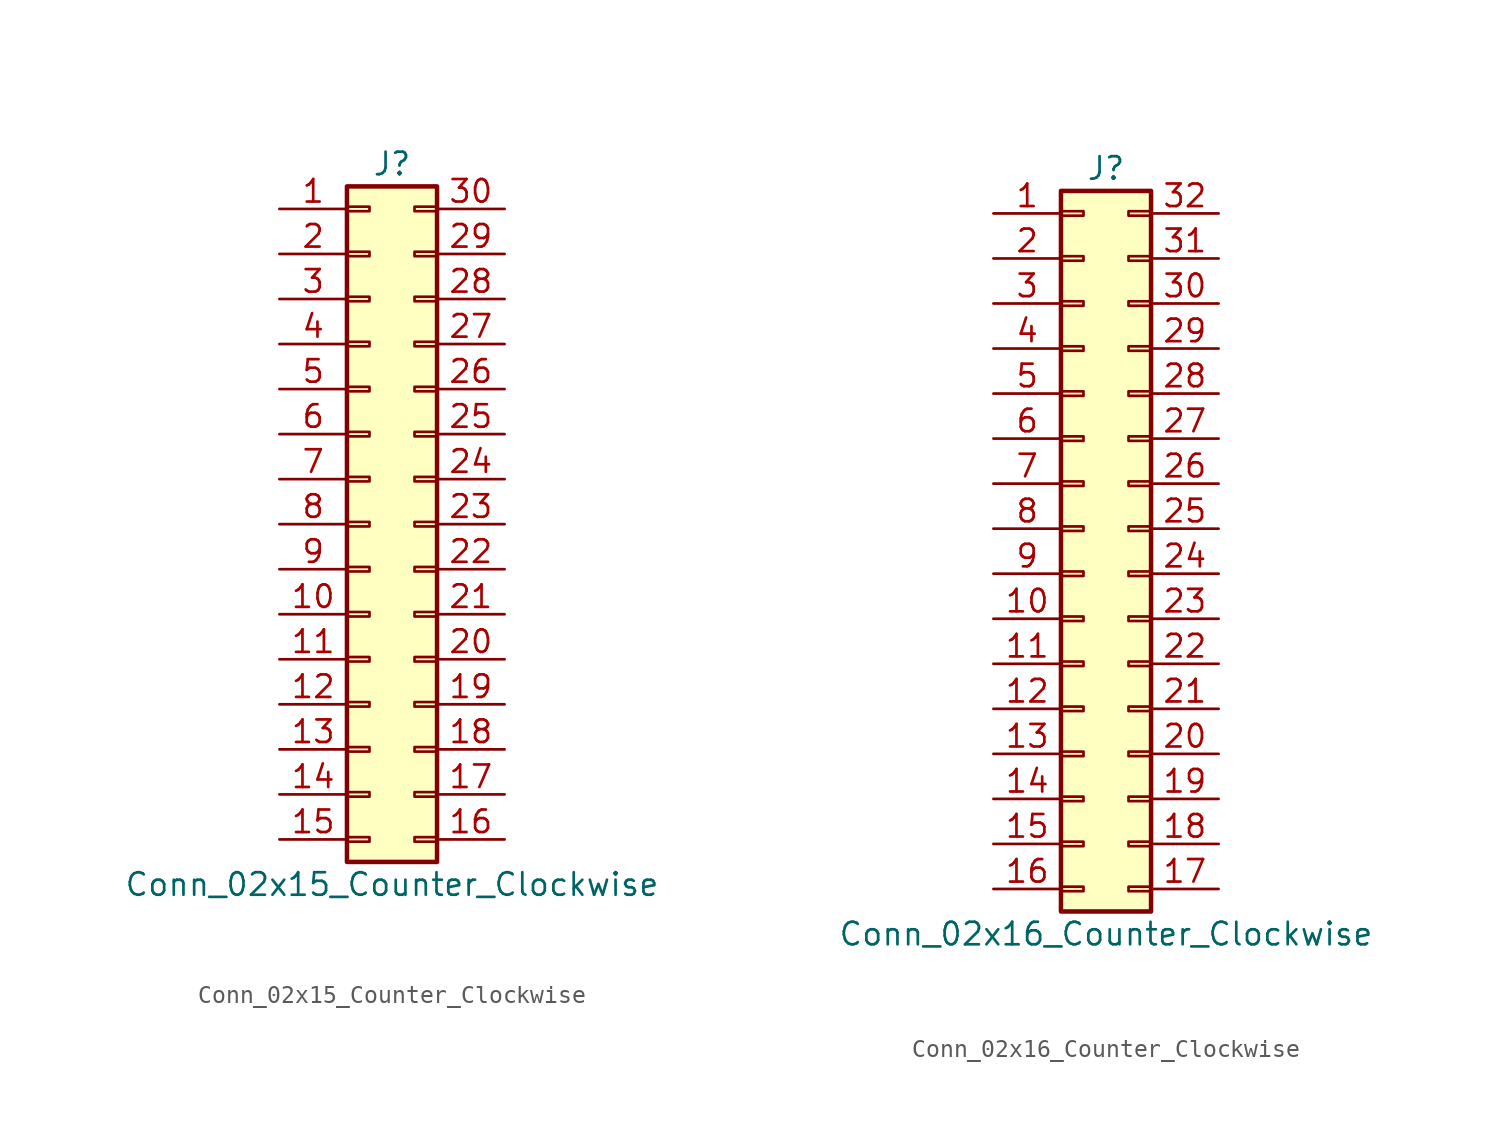
<source format=kicad_sym>
(kicad_symbol_lib
  (version 20211014)
  (generator kicad_symbol_editor)
  (symbol "Conn_02x15_Counter_Clockwise"
    (pin_names
      (offset 1.016) hide)
    (property "Reference" "J"
      (at 1.27 20.32 0)
      (effects (font (size 1.27 1.27))))
    (property "Value" "Conn_02x15_Counter_Clockwise"
      (at 1.27 -20.32 0)
      (effects (font (size 1.27 1.27))))
    (symbol "Conn_02x15_Counter_Clockwise_1_1"
      (rectangle (start -1.27 -17.653) (end 0 -17.907) (stroke (width 0.152) (type default) (color 0 0 0 0)) (fill (type none)))
      (rectangle (start -1.27 -15.113) (end 0 -15.367) (stroke (width 0.152) (type default) (color 0 0 0 0)) (fill (type none)))
      (rectangle (start -1.27 -12.573) (end 0 -12.827) (stroke (width 0.152) (type default) (color 0 0 0 0)) (fill (type none)))
      (rectangle (start -1.27 -10.033) (end 0 -10.287) (stroke (width 0.152) (type default) (color 0 0 0 0)) (fill (type none)))
      (rectangle (start -1.27 -7.493) (end 0 -7.747) (stroke (width 0.152) (type default) (color 0 0 0 0)) (fill (type none)))
      (rectangle (start -1.27 -4.953) (end 0 -5.207) (stroke (width 0.152) (type default) (color 0 0 0 0)) (fill (type none)))
      (rectangle (start -1.27 -2.413) (end 0 -2.667) (stroke (width 0.152) (type default) (color 0 0 0 0)) (fill (type none)))
      (rectangle (start -1.27 0.127) (end 0 -0.127) (stroke (width 0.152) (type default) (color 0 0 0 0)) (fill (type none)))
      (rectangle (start -1.27 2.667) (end 0 2.413) (stroke (width 0.152) (type default) (color 0 0 0 0)) (fill (type none)))
      (rectangle (start -1.27 5.207) (end 0 4.953) (stroke (width 0.152) (type default) (color 0 0 0 0)) (fill (type none)))
      (rectangle (start -1.27 7.747) (end 0 7.493) (stroke (width 0.152) (type default) (color 0 0 0 0)) (fill (type none)))
      (rectangle (start -1.27 10.287) (end 0 10.033) (stroke (width 0.152) (type default) (color 0 0 0 0)) (fill (type none)))
      (rectangle (start -1.27 12.827) (end 0 12.573) (stroke (width 0.152) (type default) (color 0 0 0 0)) (fill (type none)))
      (rectangle (start -1.27 15.367) (end 0 15.113) (stroke (width 0.152) (type default) (color 0 0 0 0)) (fill (type none)))
      (rectangle (start -1.27 17.907) (end 0 17.653) (stroke (width 0.152) (type default) (color 0 0 0 0)) (fill (type none)))
      (rectangle (start -1.27 19.05) (end 3.81 -19.05) (stroke (width 0.254) (type default) (color 0 0 0 0)) (fill (type background)))
      (rectangle (start 3.81 -17.653) (end 2.54 -17.907) (stroke (width 0.152) (type default) (color 0 0 0 0)) (fill (type none)))
      (rectangle (start 3.81 -15.113) (end 2.54 -15.367) (stroke (width 0.152) (type default) (color 0 0 0 0)) (fill (type none)))
      (rectangle (start 3.81 -12.573) (end 2.54 -12.827) (stroke (width 0.152) (type default) (color 0 0 0 0)) (fill (type none)))
      (rectangle (start 3.81 -10.033) (end 2.54 -10.287) (stroke (width 0.152) (type default) (color 0 0 0 0)) (fill (type none)))
      (rectangle (start 3.81 -7.493) (end 2.54 -7.747) (stroke (width 0.152) (type default) (color 0 0 0 0)) (fill (type none)))
      (rectangle (start 3.81 -4.953) (end 2.54 -5.207) (stroke (width 0.152) (type default) (color 0 0 0 0)) (fill (type none)))
      (rectangle (start 3.81 -2.413) (end 2.54 -2.667) (stroke (width 0.152) (type default) (color 0 0 0 0)) (fill (type none)))
      (rectangle (start 3.81 0.127) (end 2.54 -0.127) (stroke (width 0.152) (type default) (color 0 0 0 0)) (fill (type none)))
      (rectangle (start 3.81 2.667) (end 2.54 2.413) (stroke (width 0.152) (type default) (color 0 0 0 0)) (fill (type none)))
      (rectangle (start 3.81 5.207) (end 2.54 4.953) (stroke (width 0.152) (type default) (color 0 0 0 0)) (fill (type none)))
      (rectangle (start 3.81 7.747) (end 2.54 7.493) (stroke (width 0.152) (type default) (color 0 0 0 0)) (fill (type none)))
      (rectangle (start 3.81 10.287) (end 2.54 10.033) (stroke (width 0.152) (type default) (color 0 0 0 0)) (fill (type none)))
      (rectangle (start 3.81 12.827) (end 2.54 12.573) (stroke (width 0.152) (type default) (color 0 0 0 0)) (fill (type none)))
      (rectangle (start 3.81 15.367) (end 2.54 15.113) (stroke (width 0.152) (type default) (color 0 0 0 0)) (fill (type none)))
      (rectangle (start 3.81 17.907) (end 2.54 17.653) (stroke (width 0.152) (type default) (color 0 0 0 0)) (fill (type none)))
      (pin passive line (at -5.08 17.78 0) (length 3.81) (name "Pin_1" (effects (font (size 1.27 1.27)))) (number "1" (effects (font (size 1.27 1.27)))))
      (pin passive line (at -5.08 -5.08 0) (length 3.81) (name "Pin_10" (effects (font (size 1.27 1.27)))) (number "10" (effects (font (size 1.27 1.27)))))
      (pin passive line (at -5.08 -7.62 0) (length 3.81) (name "Pin_11" (effects (font (size 1.27 1.27)))) (number "11" (effects (font (size 1.27 1.27)))))
      (pin passive line (at -5.08 -10.16 0) (length 3.81) (name "Pin_12" (effects (font (size 1.27 1.27)))) (number "12" (effects (font (size 1.27 1.27)))))
      (pin passive line (at -5.08 -12.7 0) (length 3.81) (name "Pin_13" (effects (font (size 1.27 1.27)))) (number "13" (effects (font (size 1.27 1.27)))))
      (pin passive line (at -5.08 -15.24 0) (length 3.81) (name "Pin_14" (effects (font (size 1.27 1.27)))) (number "14" (effects (font (size 1.27 1.27)))))
      (pin passive line (at -5.08 -17.78 0) (length 3.81) (name "Pin_15" (effects (font (size 1.27 1.27)))) (number "15" (effects (font (size 1.27 1.27)))))
      (pin passive line (at 7.62 -17.78 180) (length 3.81) (name "Pin_16" (effects (font (size 1.27 1.27)))) (number "16" (effects (font (size 1.27 1.27)))))
      (pin passive line (at 7.62 -15.24 180) (length 3.81) (name "Pin_17" (effects (font (size 1.27 1.27)))) (number "17" (effects (font (size 1.27 1.27)))))
      (pin passive line (at 7.62 -12.7 180) (length 3.81) (name "Pin_18" (effects (font (size 1.27 1.27)))) (number "18" (effects (font (size 1.27 1.27)))))
      (pin passive line (at 7.62 -10.16 180) (length 3.81) (name "Pin_19" (effects (font (size 1.27 1.27)))) (number "19" (effects (font (size 1.27 1.27)))))
      (pin passive line (at -5.08 15.24 0) (length 3.81) (name "Pin_2" (effects (font (size 1.27 1.27)))) (number "2" (effects (font (size 1.27 1.27)))))
      (pin passive line (at 7.62 -7.62 180) (length 3.81) (name "Pin_20" (effects (font (size 1.27 1.27)))) (number "20" (effects (font (size 1.27 1.27)))))
      (pin passive line (at 7.62 -5.08 180) (length 3.81) (name "Pin_21" (effects (font (size 1.27 1.27)))) (number "21" (effects (font (size 1.27 1.27)))))
      (pin passive line (at 7.62 -2.54 180) (length 3.81) (name "Pin_22" (effects (font (size 1.27 1.27)))) (number "22" (effects (font (size 1.27 1.27)))))
      (pin passive line (at 7.62 0 180) (length 3.81) (name "Pin_23" (effects (font (size 1.27 1.27)))) (number "23" (effects (font (size 1.27 1.27)))))
      (pin passive line (at 7.62 2.54 180) (length 3.81) (name "Pin_24" (effects (font (size 1.27 1.27)))) (number "24" (effects (font (size 1.27 1.27)))))
      (pin passive line (at 7.62 5.08 180) (length 3.81) (name "Pin_25" (effects (font (size 1.27 1.27)))) (number "25" (effects (font (size 1.27 1.27)))))
      (pin passive line (at 7.62 7.62 180) (length 3.81) (name "Pin_26" (effects (font (size 1.27 1.27)))) (number "26" (effects (font (size 1.27 1.27)))))
      (pin passive line (at 7.62 10.16 180) (length 3.81) (name "Pin_27" (effects (font (size 1.27 1.27)))) (number "27" (effects (font (size 1.27 1.27)))))
      (pin passive line (at 7.62 12.7 180) (length 3.81) (name "Pin_28" (effects (font (size 1.27 1.27)))) (number "28" (effects (font (size 1.27 1.27)))))
      (pin passive line (at 7.62 15.24 180) (length 3.81) (name "Pin_29" (effects (font (size 1.27 1.27)))) (number "29" (effects (font (size 1.27 1.27)))))
      (pin passive line (at -5.08 12.7 0) (length 3.81) (name "Pin_3" (effects (font (size 1.27 1.27)))) (number "3" (effects (font (size 1.27 1.27)))))
      (pin passive line (at 7.62 17.78 180) (length 3.81) (name "Pin_30" (effects (font (size 1.27 1.27)))) (number "30" (effects (font (size 1.27 1.27)))))
      (pin passive line (at -5.08 10.16 0) (length 3.81) (name "Pin_4" (effects (font (size 1.27 1.27)))) (number "4" (effects (font (size 1.27 1.27)))))
      (pin passive line (at -5.08 7.62 0) (length 3.81) (name "Pin_5" (effects (font (size 1.27 1.27)))) (number "5" (effects (font (size 1.27 1.27)))))
      (pin passive line (at -5.08 5.08 0) (length 3.81) (name "Pin_6" (effects (font (size 1.27 1.27)))) (number "6" (effects (font (size 1.27 1.27)))))
      (pin passive line (at -5.08 2.54 0) (length 3.81) (name "Pin_7" (effects (font (size 1.27 1.27)))) (number "7" (effects (font (size 1.27 1.27)))))
      (pin passive line (at -5.08 0 0) (length 3.81) (name "Pin_8" (effects (font (size 1.27 1.27)))) (number "8" (effects (font (size 1.27 1.27)))))
      (pin passive line (at -5.08 -2.54 0) (length 3.81) (name "Pin_9" (effects (font (size 1.27 1.27)))) (number "9" (effects (font (size 1.27 1.27)))))))
  (symbol "Conn_02x16_Counter_Clockwise"
    (pin_names
      (offset 1.016) hide)
    (property "Reference" "J"
      (at 1.27 20.32 0)
      (effects (font (size 1.27 1.27))))
    (property "Value" "Conn_02x16_Counter_Clockwise"
      (at 1.27 -22.86 0)
      (effects (font (size 1.27 1.27))))
    (symbol "Conn_02x16_Counter_Clockwise_1_1"
      (rectangle (start -1.27 -20.193) (end 0 -20.447) (stroke (width 0.152) (type default) (color 0 0 0 0)) (fill (type none)))
      (rectangle (start -1.27 -17.653) (end 0 -17.907) (stroke (width 0.152) (type default) (color 0 0 0 0)) (fill (type none)))
      (rectangle (start -1.27 -15.113) (end 0 -15.367) (stroke (width 0.152) (type default) (color 0 0 0 0)) (fill (type none)))
      (rectangle (start -1.27 -12.573) (end 0 -12.827) (stroke (width 0.152) (type default) (color 0 0 0 0)) (fill (type none)))
      (rectangle (start -1.27 -10.033) (end 0 -10.287) (stroke (width 0.152) (type default) (color 0 0 0 0)) (fill (type none)))
      (rectangle (start -1.27 -7.493) (end 0 -7.747) (stroke (width 0.152) (type default) (color 0 0 0 0)) (fill (type none)))
      (rectangle (start -1.27 -4.953) (end 0 -5.207) (stroke (width 0.152) (type default) (color 0 0 0 0)) (fill (type none)))
      (rectangle (start -1.27 -2.413) (end 0 -2.667) (stroke (width 0.152) (type default) (color 0 0 0 0)) (fill (type none)))
      (rectangle (start -1.27 0.127) (end 0 -0.127) (stroke (width 0.152) (type default) (color 0 0 0 0)) (fill (type none)))
      (rectangle (start -1.27 2.667) (end 0 2.413) (stroke (width 0.152) (type default) (color 0 0 0 0)) (fill (type none)))
      (rectangle (start -1.27 5.207) (end 0 4.953) (stroke (width 0.152) (type default) (color 0 0 0 0)) (fill (type none)))
      (rectangle (start -1.27 7.747) (end 0 7.493) (stroke (width 0.152) (type default) (color 0 0 0 0)) (fill (type none)))
      (rectangle (start -1.27 10.287) (end 0 10.033) (stroke (width 0.152) (type default) (color 0 0 0 0)) (fill (type none)))
      (rectangle (start -1.27 12.827) (end 0 12.573) (stroke (width 0.152) (type default) (color 0 0 0 0)) (fill (type none)))
      (rectangle (start -1.27 15.367) (end 0 15.113) (stroke (width 0.152) (type default) (color 0 0 0 0)) (fill (type none)))
      (rectangle (start -1.27 17.907) (end 0 17.653) (stroke (width 0.152) (type default) (color 0 0 0 0)) (fill (type none)))
      (rectangle (start -1.27 19.05) (end 3.81 -21.59) (stroke (width 0.254) (type default) (color 0 0 0 0)) (fill (type background)))
      (rectangle (start 3.81 -20.193) (end 2.54 -20.447) (stroke (width 0.152) (type default) (color 0 0 0 0)) (fill (type none)))
      (rectangle (start 3.81 -17.653) (end 2.54 -17.907) (stroke (width 0.152) (type default) (color 0 0 0 0)) (fill (type none)))
      (rectangle (start 3.81 -15.113) (end 2.54 -15.367) (stroke (width 0.152) (type default) (color 0 0 0 0)) (fill (type none)))
      (rectangle (start 3.81 -12.573) (end 2.54 -12.827) (stroke (width 0.152) (type default) (color 0 0 0 0)) (fill (type none)))
      (rectangle (start 3.81 -10.033) (end 2.54 -10.287) (stroke (width 0.152) (type default) (color 0 0 0 0)) (fill (type none)))
      (rectangle (start 3.81 -7.493) (end 2.54 -7.747) (stroke (width 0.152) (type default) (color 0 0 0 0)) (fill (type none)))
      (rectangle (start 3.81 -4.953) (end 2.54 -5.207) (stroke (width 0.152) (type default) (color 0 0 0 0)) (fill (type none)))
      (rectangle (start 3.81 -2.413) (end 2.54 -2.667) (stroke (width 0.152) (type default) (color 0 0 0 0)) (fill (type none)))
      (rectangle (start 3.81 0.127) (end 2.54 -0.127) (stroke (width 0.152) (type default) (color 0 0 0 0)) (fill (type none)))
      (rectangle (start 3.81 2.667) (end 2.54 2.413) (stroke (width 0.152) (type default) (color 0 0 0 0)) (fill (type none)))
      (rectangle (start 3.81 5.207) (end 2.54 4.953) (stroke (width 0.152) (type default) (color 0 0 0 0)) (fill (type none)))
      (rectangle (start 3.81 7.747) (end 2.54 7.493) (stroke (width 0.152) (type default) (color 0 0 0 0)) (fill (type none)))
      (rectangle (start 3.81 10.287) (end 2.54 10.033) (stroke (width 0.152) (type default) (color 0 0 0 0)) (fill (type none)))
      (rectangle (start 3.81 12.827) (end 2.54 12.573) (stroke (width 0.152) (type default) (color 0 0 0 0)) (fill (type none)))
      (rectangle (start 3.81 15.367) (end 2.54 15.113) (stroke (width 0.152) (type default) (color 0 0 0 0)) (fill (type none)))
      (rectangle (start 3.81 17.907) (end 2.54 17.653) (stroke (width 0.152) (type default) (color 0 0 0 0)) (fill (type none)))
      (pin passive line (at -5.08 17.78 0) (length 3.81) (name "Pin_1" (effects (font (size 1.27 1.27)))) (number "1" (effects (font (size 1.27 1.27)))))
      (pin passive line (at -5.08 -5.08 0) (length 3.81) (name "Pin_10" (effects (font (size 1.27 1.27)))) (number "10" (effects (font (size 1.27 1.27)))))
      (pin passive line (at -5.08 -7.62 0) (length 3.81) (name "Pin_11" (effects (font (size 1.27 1.27)))) (number "11" (effects (font (size 1.27 1.27)))))
      (pin passive line (at -5.08 -10.16 0) (length 3.81) (name "Pin_12" (effects (font (size 1.27 1.27)))) (number "12" (effects (font (size 1.27 1.27)))))
      (pin passive line (at -5.08 -12.7 0) (length 3.81) (name "Pin_13" (effects (font (size 1.27 1.27)))) (number "13" (effects (font (size 1.27 1.27)))))
      (pin passive line (at -5.08 -15.24 0) (length 3.81) (name "Pin_14" (effects (font (size 1.27 1.27)))) (number "14" (effects (font (size 1.27 1.27)))))
      (pin passive line (at -5.08 -17.78 0) (length 3.81) (name "Pin_15" (effects (font (size 1.27 1.27)))) (number "15" (effects (font (size 1.27 1.27)))))
      (pin passive line (at -5.08 -20.32 0) (length 3.81) (name "Pin_16" (effects (font (size 1.27 1.27)))) (number "16" (effects (font (size 1.27 1.27)))))
      (pin passive line (at 7.62 -20.32 180) (length 3.81) (name "Pin_17" (effects (font (size 1.27 1.27)))) (number "17" (effects (font (size 1.27 1.27)))))
      (pin passive line (at 7.62 -17.78 180) (length 3.81) (name "Pin_18" (effects (font (size 1.27 1.27)))) (number "18" (effects (font (size 1.27 1.27)))))
      (pin passive line (at 7.62 -15.24 180) (length 3.81) (name "Pin_19" (effects (font (size 1.27 1.27)))) (number "19" (effects (font (size 1.27 1.27)))))
      (pin passive line (at -5.08 15.24 0) (length 3.81) (name "Pin_2" (effects (font (size 1.27 1.27)))) (number "2" (effects (font (size 1.27 1.27)))))
      (pin passive line (at 7.62 -12.7 180) (length 3.81) (name "Pin_20" (effects (font (size 1.27 1.27)))) (number "20" (effects (font (size 1.27 1.27)))))
      (pin passive line (at 7.62 -10.16 180) (length 3.81) (name "Pin_21" (effects (font (size 1.27 1.27)))) (number "21" (effects (font (size 1.27 1.27)))))
      (pin passive line (at 7.62 -7.62 180) (length 3.81) (name "Pin_22" (effects (font (size 1.27 1.27)))) (number "22" (effects (font (size 1.27 1.27)))))
      (pin passive line (at 7.62 -5.08 180) (length 3.81) (name "Pin_23" (effects (font (size 1.27 1.27)))) (number "23" (effects (font (size 1.27 1.27)))))
      (pin passive line (at 7.62 -2.54 180) (length 3.81) (name "Pin_24" (effects (font (size 1.27 1.27)))) (number "24" (effects (font (size 1.27 1.27)))))
      (pin passive line (at 7.62 0 180) (length 3.81) (name "Pin_25" (effects (font (size 1.27 1.27)))) (number "25" (effects (font (size 1.27 1.27)))))
      (pin passive line (at 7.62 2.54 180) (length 3.81) (name "Pin_26" (effects (font (size 1.27 1.27)))) (number "26" (effects (font (size 1.27 1.27)))))
      (pin passive line (at 7.62 5.08 180) (length 3.81) (name "Pin_27" (effects (font (size 1.27 1.27)))) (number "27" (effects (font (size 1.27 1.27)))))
      (pin passive line (at 7.62 7.62 180) (length 3.81) (name "Pin_28" (effects (font (size 1.27 1.27)))) (number "28" (effects (font (size 1.27 1.27)))))
      (pin passive line (at 7.62 10.16 180) (length 3.81) (name "Pin_29" (effects (font (size 1.27 1.27)))) (number "29" (effects (font (size 1.27 1.27)))))
      (pin passive line (at -5.08 12.7 0) (length 3.81) (name "Pin_3" (effects (font (size 1.27 1.27)))) (number "3" (effects (font (size 1.27 1.27)))))
      (pin passive line (at 7.62 12.7 180) (length 3.81) (name "Pin_30" (effects (font (size 1.27 1.27)))) (number "30" (effects (font (size 1.27 1.27)))))
      (pin passive line (at 7.62 15.24 180) (length 3.81) (name "Pin_31" (effects (font (size 1.27 1.27)))) (number "31" (effects (font (size 1.27 1.27)))))
      (pin passive line (at 7.62 17.78 180) (length 3.81) (name "Pin_32" (effects (font (size 1.27 1.27)))) (number "32" (effects (font (size 1.27 1.27)))))
      (pin passive line (at -5.08 10.16 0) (length 3.81) (name "Pin_4" (effects (font (size 1.27 1.27)))) (number "4" (effects (font (size 1.27 1.27)))))
      (pin passive line (at -5.08 7.62 0) (length 3.81) (name "Pin_5" (effects (font (size 1.27 1.27)))) (number "5" (effects (font (size 1.27 1.27)))))
      (pin passive line (at -5.08 5.08 0) (length 3.81) (name "Pin_6" (effects (font (size 1.27 1.27)))) (number "6" (effects (font (size 1.27 1.27)))))
      (pin passive line (at -5.08 2.54 0) (length 3.81) (name "Pin_7" (effects (font (size 1.27 1.27)))) (number "7" (effects (font (size 1.27 1.27)))))
      (pin passive line (at -5.08 0 0) (length 3.81) (name "Pin_8" (effects (font (size 1.27 1.27)))) (number "8" (effects (font (size 1.27 1.27)))))
      (pin passive line (at -5.08 -2.54 0) (length 3.81) (name "Pin_9" (effects (font (size 1.27 1.27)))) (number "9" (effects (font (size 1.27 1.27))))))))
</source>
